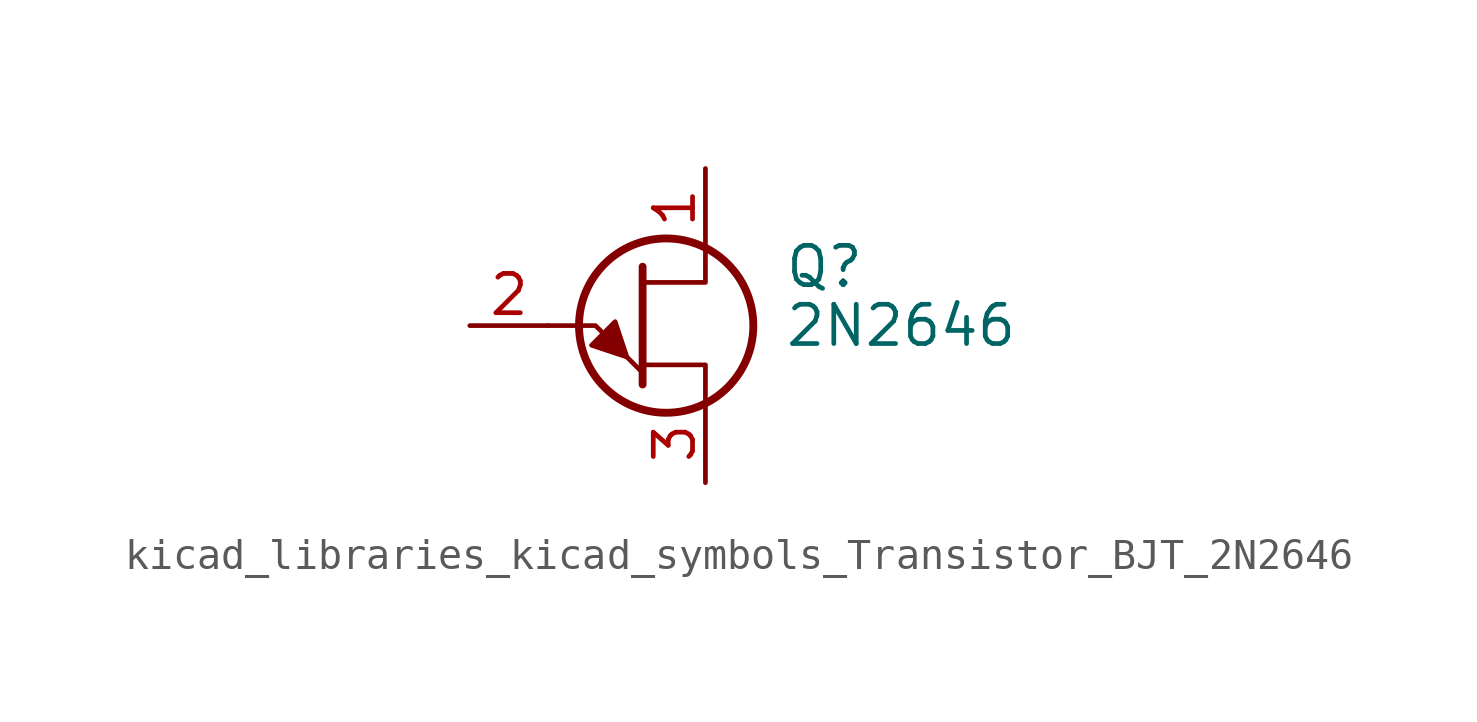
<source format=kicad_sym>
(kicad_symbol_lib
  (version 20220914)
  (generator kicad_symbol_editor)
  (symbol "kicad_libraries_kicad_symbols_Transistor_BJT_2N2646"
    (pin_names
      (offset 0) hide)
    (property "Reference" "Q"
      (at 5.08 1.905 0)
      (effects (font (size 1.27 1.27)) (justify left)))
    (property "Value" "2N2646"
      (at 5.08 0 0)
      (effects (font (size 1.27 1.27)) (justify left)))
    (symbol "kicad_libraries_kicad_symbols_Transistor_BJT_2N2646_0_1"
      (polyline (pts (xy -2.54 0) (xy -1.016 0) (xy 0.508 -1.524)) (stroke (width 0) (type default)) (fill (type none)))
      (polyline (pts (xy 0.508 1.905) (xy 0.508 -1.905) (xy 0.508 -1.905)) (stroke (width 0.254) (type default)) (fill (type none)))
      (polyline (pts (xy 2.54 -2.54) (xy 2.54 -1.27) (xy 0.508 -1.27)) (stroke (width 0) (type default)) (fill (type none)))
      (polyline (pts (xy 2.54 2.54) (xy 2.54 1.397) (xy 0.508 1.397)) (stroke (width 0) (type default)) (fill (type none)))
      (polyline (pts (xy 0 -1.016) (xy -0.381 0.127) (xy -1.143 -0.635) (xy 0 -1.016)) (stroke (width 0) (type default)) (fill (type outline)))
      (circle (center 1.27 0) (radius 2.819) (stroke (width 0.254) (type default)) (fill (type none))))
    (symbol "kicad_libraries_kicad_symbols_Transistor_BJT_2N2646_1_1"
      (pin passive line (at 2.54 5.08 270) (length 2.54) (name "B2" (effects (font (size 1.27 1.27)))) (number "1" (effects (font (size 1.27 1.27)))))
      (pin input line (at -5.08 0 0) (length 2.54) (name "E" (effects (font (size 1.27 1.27)))) (number "2" (effects (font (size 1.27 1.27)))))
      (pin passive line (at 2.54 -5.08 90) (length 2.54) (name "B1" (effects (font (size 1.27 1.27)))) (number "3" (effects (font (size 1.27 1.27))))))))
</source>
